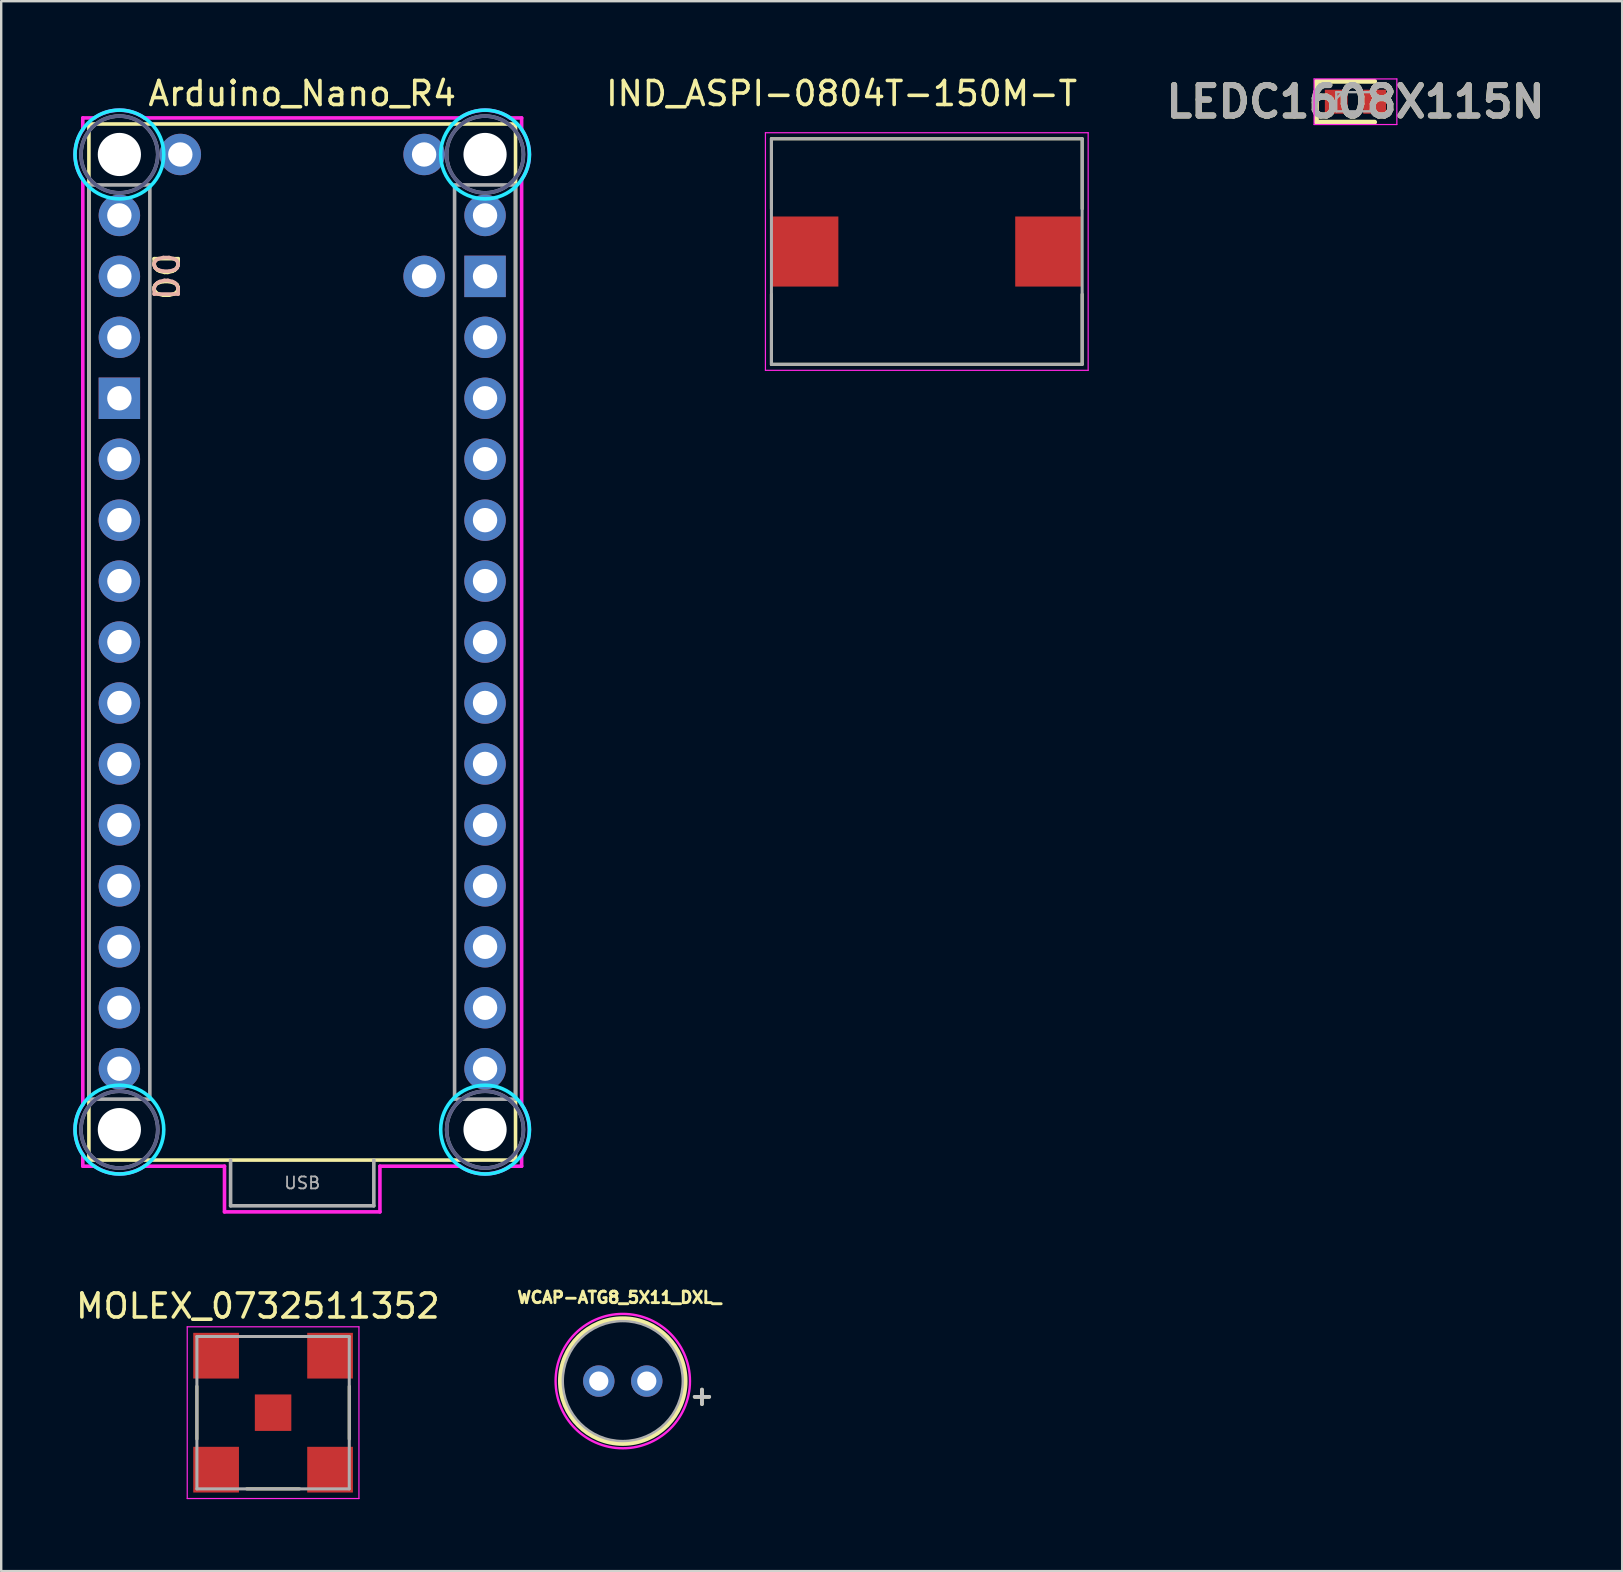
<source format=kicad_pcb>
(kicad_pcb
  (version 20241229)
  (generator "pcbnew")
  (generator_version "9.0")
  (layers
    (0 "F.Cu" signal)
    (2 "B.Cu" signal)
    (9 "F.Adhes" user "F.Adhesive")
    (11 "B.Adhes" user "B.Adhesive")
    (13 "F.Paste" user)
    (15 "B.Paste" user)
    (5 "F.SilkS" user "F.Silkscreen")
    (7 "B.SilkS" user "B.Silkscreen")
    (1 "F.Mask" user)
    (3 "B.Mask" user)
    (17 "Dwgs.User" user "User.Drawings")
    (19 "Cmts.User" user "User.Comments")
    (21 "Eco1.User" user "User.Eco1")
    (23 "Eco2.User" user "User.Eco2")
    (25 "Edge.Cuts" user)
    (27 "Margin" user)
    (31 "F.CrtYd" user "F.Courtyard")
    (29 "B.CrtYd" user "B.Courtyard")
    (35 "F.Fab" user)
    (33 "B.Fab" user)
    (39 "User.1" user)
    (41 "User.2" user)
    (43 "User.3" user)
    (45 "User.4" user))
  (footprint "IND_ASPI-0804T-150M-T"
    (layer "F.Cu")
    (at 35.575 7.433)
    (property "Reference" "IND_ASPI-0804T-150M-T" (at -3.55 -6.585 0) (layer "F.SilkS") (effects (font (size 1 1) (thickness 0.15))))
    (attr smd)
    (fp_line (start -6.475 -4.7) (end 6.475 -4.7) (stroke (width 0.127) (type solid)) (layer "F.SilkS"))
    (fp_line (start -6.475 -1.78) (end -6.475 -4.7) (stroke (width 0.127) (type solid)) (layer "F.SilkS"))
    (fp_line (start -6.475 4.7) (end -6.475 1.78) (stroke (width 0.127) (type solid)) (layer "F.SilkS"))
    (fp_line (start 6.475 -4.7) (end 6.475 -1.78) (stroke (width 0.127) (type solid)) (layer "F.SilkS"))
    (fp_line (start 6.475 4.7) (end -6.475 4.7) (stroke (width 0.127) (type solid)) (layer "F.SilkS"))
    (fp_line (start 6.475 4.7) (end 6.475 1.78) (stroke (width 0.127) (type solid)) (layer "F.SilkS"))
    (fp_line (start -6.725 -4.95) (end -6.725 4.95) (stroke (width 0.05) (type solid)) (layer "F.CrtYd"))
    (fp_line (start -6.725 4.95) (end 6.725 4.95) (stroke (width 0.05) (type solid)) (layer "F.CrtYd"))
    (fp_line (start 6.725 -4.95) (end -6.725 -4.95) (stroke (width 0.05) (type solid)) (layer "F.CrtYd"))
    (fp_line (start 6.725 4.95) (end 6.725 -4.95) (stroke (width 0.05) (type solid)) (layer "F.CrtYd"))
    (fp_line (start -6.475 -4.7) (end 6.475 -4.7) (stroke (width 0.127) (type solid)) (layer "F.Fab"))
    (fp_line (start -6.475 4.7) (end -6.475 -4.7) (stroke (width 0.127) (type solid)) (layer "F.Fab"))
    (fp_line (start 6.475 -4.7) (end 6.475 4.7) (stroke (width 0.127) (type solid)) (layer "F.Fab"))
    (fp_line (start 6.475 4.7) (end -6.475 4.7) (stroke (width 0.127) (type solid)) (layer "F.Fab"))
    (pad "1" smd rect (at -5.08 0) (size 2.79 2.92) (layers "F.Cu" "F.Mask" "F.Paste"))
    (pad "2" smd rect (at 5.08 0) (size 2.79 2.92) (layers "F.Cu" "F.Mask" "F.Paste")))
  (footprint "WCAP-ATG8_5X11_DXL_"
    (layer "F.Cu")
    (at 22.905 54.508)
    (property "Reference" "WCAP-ATG8_5X11_DXL_" (at -0.14 -3.485 0) (layer "F.SilkS") (effects (font (size 0.48 0.48) (thickness 0.15))))
    (attr through_hole)
    (fp_circle (center 0 0) (end 2.6 0) (stroke (width 0.2) (type solid)) (fill no) (layer "F.SilkS"))
    (fp_poly (pts (xy 0 2.8) (xy -0.147 2.796) (xy -0.293 2.785) (xy -0.438 2.766) (xy -0.582 2.739) (xy -0.725 2.705) (xy -0.865 2.663) (xy -1.003 2.614) (xy -1.139 2.558) (xy -1.271 2.495) (xy -1.4 2.425) (xy -1.525 2.348) (xy -1.646 2.265) (xy -1.762 2.176) (xy -1.874 2.081) (xy -1.98 1.98) (xy -2.081 1.874) (xy -2.176 1.762) (xy -2.265 1.646) (xy -2.348 1.525) (xy -2.425 1.4) (xy -2.495 1.271) (xy -2.558 1.139) (xy -2.614 1.003) (xy -2.663 0.865) (xy -2.705 0.725) (xy -2.739 0.582) (xy -2.766 0.438) (xy -2.785 0.293) (xy -2.796 0.147) (xy -2.8 0) (xy -2.796 -0.147) (xy -2.785 -0.293) (xy -2.766 -0.438) (xy -2.739 -0.582) (xy -2.705 -0.725) (xy -2.663 -0.865) (xy -2.614 -1.003) (xy -2.558 -1.139) (xy -2.495 -1.271) (xy -2.425 -1.4) (xy -2.348 -1.525) (xy -2.265 -1.646) (xy -2.176 -1.762) (xy -2.081 -1.874) (xy -1.98 -1.98) (xy -1.874 -2.081) (xy -1.762 -2.176) (xy -1.646 -2.265) (xy -1.525 -2.348) (xy -1.4 -2.425) (xy -1.271 -2.495) (xy -1.139 -2.558) (xy -1.003 -2.614) (xy -0.865 -2.663) (xy -0.725 -2.705) (xy -0.582 -2.739) (xy -0.438 -2.766) (xy -0.293 -2.785) (xy -0.147 -2.796) (xy 0 -2.8) (xy 0.147 -2.796) (xy 0.293 -2.785) (xy 0.438 -2.766) (xy 0.582 -2.739) (xy 0.725 -2.705) (xy 0.865 -2.663) (xy 1.003 -2.614) (xy 1.139 -2.558) (xy 1.271 -2.495) (xy 1.4 -2.425) (xy 1.525 -2.348) (xy 1.646 -2.265) (xy 1.762 -2.176) (xy 1.874 -2.081) (xy 1.98 -1.98) (xy 2.081 -1.874) (xy 2.176 -1.762) (xy 2.265 -1.646) (xy 2.348 -1.525) (xy 2.425 -1.4) (xy 2.495 -1.271) (xy 2.558 -1.139) (xy 2.614 -1.003) (xy 2.663 -0.865) (xy 2.705 -0.725) (xy 2.739 -0.582) (xy 2.766 -0.438) (xy 2.785 -0.293) (xy 2.796 -0.147) (xy 2.8 0) (xy 2.796 0.147) (xy 2.785 0.293) (xy 2.766 0.438) (xy 2.739 0.582) (xy 2.705 0.725) (xy 2.663 0.865) (xy 2.614 1.003) (xy 2.558 1.139) (xy 2.495 1.271) (xy 2.425 1.4) (xy 2.348 1.525) (xy 2.265 1.646) (xy 2.176 1.762) (xy 2.081 1.874) (xy 1.98 1.98) (xy 1.874 2.081) (xy 1.762 2.176) (xy 1.646 2.265) (xy 1.525 2.348) (xy 1.4 2.425) (xy 1.271 2.495) (xy 1.139 2.558) (xy 1.003 2.614) (xy 0.865 2.663) (xy 0.725 2.705) (xy 0.582 2.739) (xy 0.438 2.766) (xy 0.293 2.785) (xy 0.147 2.796) (xy 0 2.8)) (stroke (width 0.1) (type solid)) (fill no) (layer "F.CrtYd"))
    (fp_circle (center 0 0) (end 2.5 0) (stroke (width 0.1) (type solid)) (fill no) (layer "F.Fab"))
    (fp_text user "+" (at 3.3 0.6 0) (layer "F.SilkS") (effects (font (size 0.8 0.8) (thickness 0.15))))
    (fp_text user "+" (at 3.3 0.6 0) (layer "Dwgs.User") (effects (font (size 0.8 0.8) (thickness 0.15))))
    (pad "1" thru_hole circle (at 1 0) (size 1.308 1.308) (drill 0.8) (layers "*.Cu" "*.Mask"))
    (pad "2" thru_hole circle (at -1 0) (size 1.308 1.308) (drill 0.8) (layers "*.Cu" "*.Mask")))
  (footprint "Arduino_Nano_R4"
    (layer "F.Cu")
    (at 9.545 45.298)
    (property "Reference" "Arduino_Nano_R4" (at 0 -44.45 0) (layer "F.SilkS") (effects (font (size 1 1) (thickness 0.15))))
    (attr through_hole)
    (fp_line (start -8.89 -43.18) (end -8.89 0) (stroke (width 0.15) (type solid)) (layer "F.SilkS"))
    (fp_line (start -8.89 -43.18) (end 8.89 -43.18) (stroke (width 0.15) (type solid)) (layer "F.SilkS"))
    (fp_line (start -8.89 0) (end 8.89 0) (stroke (width 0.15) (type solid)) (layer "F.SilkS"))
    (fp_line (start 8.89 -43.18) (end 8.89 0) (stroke (width 0.15) (type solid)) (layer "F.SilkS"))
    (fp_circle (center -7.62 -41.91) (end -5.77 -41.91) (stroke (width 0.15) (type solid)) (fill no) (layer "B.CrtYd"))
    (fp_circle (center -7.62 -1.27) (end -5.77 -1.27) (stroke (width 0.15) (type solid)) (fill no) (layer "B.CrtYd"))
    (fp_circle (center 7.62 -41.91) (end 9.47 -41.91) (stroke (width 0.15) (type solid)) (fill no) (layer "B.CrtYd"))
    (fp_circle (center 7.62 -1.27) (end 9.47 -1.27) (stroke (width 0.15) (type solid)) (fill no) (layer "B.CrtYd"))
    (fp_line (start -9.144 -43.434) (end -8.661 -43.434) (stroke (width 0.15) (type solid)) (layer "F.CrtYd"))
    (fp_line (start -9.144 -42.951) (end -9.144 -43.434) (stroke (width 0.15) (type solid)) (layer "F.CrtYd"))
    (fp_line (start -9.144 -2.311) (end -9.144 -40.869) (stroke (width 0.15) (type solid)) (layer "F.CrtYd"))
    (fp_line (start -9.144 0.254) (end -9.144 -0.229) (stroke (width 0.15) (type solid)) (layer "F.CrtYd"))
    (fp_line (start -8.661 0.254) (end -9.144 0.254) (stroke (width 0.15) (type solid)) (layer "F.CrtYd"))
    (fp_line (start -6.579 -43.434) (end 6.579 -43.434) (stroke (width 0.15) (type solid)) (layer "F.CrtYd"))
    (fp_line (start -3.239 0.254) (end -6.579 0.254) (stroke (width 0.15) (type solid)) (layer "F.CrtYd"))
    (fp_line (start -3.239 0.254) (end -3.239 2.159) (stroke (width 0.15) (type solid)) (layer "F.CrtYd"))
    (fp_line (start 3.239 0.254) (end 3.239 2.159) (stroke (width 0.15) (type solid)) (layer "F.CrtYd"))
    (fp_line (start 3.239 2.159) (end -3.239 2.159) (stroke (width 0.15) (type solid)) (layer "F.CrtYd"))
    (fp_line (start 6.579 0.254) (end 3.239 0.254) (stroke (width 0.15) (type solid)) (layer "F.CrtYd"))
    (fp_line (start 8.661 -43.434) (end 9.144 -43.434) (stroke (width 0.15) (type solid)) (layer "F.CrtYd"))
    (fp_line (start 9.144 -43.434) (end 9.144 -42.951) (stroke (width 0.15) (type solid)) (layer "F.CrtYd"))
    (fp_line (start 9.144 -40.869) (end 9.144 -2.311) (stroke (width 0.15) (type solid)) (layer "F.CrtYd"))
    (fp_line (start 9.144 -0.229) (end 9.144 0.254) (stroke (width 0.15) (type solid)) (layer "F.CrtYd"))
    (fp_line (start 9.144 0.254) (end 8.661 0.254) (stroke (width 0.15) (type solid)) (layer "F.CrtYd"))
    (fp_arc (start -9.144 -40.8686) (mid -9.467363 -41.91) (end -9.144 -42.9514) (stroke (width 0.15) (type solid)) (layer "F.CrtYd"))
    (fp_arc (start -9.144 -0.2286) (mid -9.467363 -1.27) (end -9.144 -2.3114) (stroke (width 0.15) (type solid)) (layer "F.CrtYd"))
    (fp_arc (start -8.6614 -43.434) (mid -7.62 -43.757363) (end -6.5786 -43.434) (stroke (width 0.15) (type solid)) (layer "F.CrtYd"))
    (fp_arc (start -6.5786 0.254) (mid -7.62 0.577363) (end -8.6614 0.254) (stroke (width 0.15) (type solid)) (layer "F.CrtYd"))
    (fp_arc (start 6.5786 -43.434) (mid 7.62 -43.757363) (end 8.6614 -43.434) (stroke (width 0.15) (type solid)) (layer "F.CrtYd"))
    (fp_arc (start 8.6614 0.254) (mid 7.62 0.577363) (end 6.5786 0.254) (stroke (width 0.15) (type solid)) (layer "F.CrtYd"))
    (fp_arc (start 9.144 -42.9514) (mid 9.467363 -41.91) (end 9.144 -40.8686) (stroke (width 0.15) (type solid)) (layer "F.CrtYd"))
    (fp_arc (start 9.144 -2.3114) (mid 9.467363 -1.27) (end 9.144 -0.2286) (stroke (width 0.15) (type solid)) (layer "F.CrtYd"))
    (fp_circle (center -7.62 -41.91) (end -6.02 -41.91) (stroke (width 0.15) (type solid)) (fill no) (layer "B.Fab"))
    (fp_circle (center -7.62 -1.27) (end -6.02 -1.27) (stroke (width 0.15) (type solid)) (fill no) (layer "B.Fab"))
    (fp_circle (center 7.62 -41.91) (end 9.22 -41.91) (stroke (width 0.15) (type solid)) (fill no) (layer "B.Fab"))
    (fp_circle (center 7.62 -1.27) (end 9.22 -1.27) (stroke (width 0.15) (type solid)) (fill no) (layer "B.Fab"))
    (fp_line (start -2.985 1.905) (end -2.985 0) (stroke (width 0.15) (type solid)) (layer "F.Fab"))
    (fp_line (start -2.985 1.905) (end 2.985 1.905) (stroke (width 0.15) (type solid)) (layer "F.Fab"))
    (fp_line (start 2.985 1.905) (end 2.985 0) (stroke (width 0.15) (type solid)) (layer "F.Fab"))
    (fp_rect (start -8.89 -40.64) (end -6.35 -2.54) (stroke (width 0.15) (type solid)) (fill no) (layer "F.Fab"))
    (fp_rect (start 6.35 -40.64) (end 8.89 -2.54) (stroke (width 0.15) (type solid)) (fill no) (layer "F.Fab"))
    (fp_circle (center -7.62 -41.91) (end -6.02 -41.91) (stroke (width 0.15) (type solid)) (fill no) (layer "F.Fab"))
    (fp_circle (center -7.62 -1.27) (end -6.02 -1.27) (stroke (width 0.15) (type solid)) (fill no) (layer "F.Fab"))
    (fp_circle (center 7.62 -41.91) (end 9.22 -41.91) (stroke (width 0.15) (type solid)) (fill no) (layer "F.Fab"))
    (fp_circle (center 7.62 -1.27) (end 9.22 -1.27) (stroke (width 0.15) (type solid)) (fill no) (layer "F.Fab"))
    (fp_text user "D0" (at -5.715 -36.83 270) (unlocked yes) (layer "F.SilkS") (effects (font (size 1 1) (thickness 0.15))))
    (fp_text user "D0" (at -5.715 -36.83 270) (unlocked yes) (layer "B.SilkS") (effects (font (size 1 1) (thickness 0.15)) (justify mirror)))
    (fp_text user "USB" (at 0 0.953 0) (layer "F.Fab") (effects (font (size 0.5 0.5) (thickness 0.075))))
    (pad "" np_thru_hole circle (at -7.62 -41.91) (size 1.8 1.8) (drill 1.8) (layers "*.Cu" "*.Mask"))
    (pad "" np_thru_hole circle (at -7.62 -1.27) (size 1.8 1.8) (drill 1.8) (layers "*.Cu" "*.Mask"))
    (pad "" np_thru_hole circle (at 7.62 -41.91) (size 1.8 1.8) (drill 1.8) (layers "*.Cu" "*.Mask"))
    (pad "" np_thru_hole circle (at 7.62 -1.27) (size 1.8 1.8) (drill 1.8) (layers "*.Cu" "*.Mask"))
    (pad "3V3" thru_hole circle (at 7.62 -6.35) (size 1.727 1.727) (drill 1.016) (layers "*.Cu" "*.Mask"))
    (pad "5V" thru_hole circle (at 7.62 -31.75) (size 1.727 1.727) (drill 1.016) (layers "*.Cu" "*.Mask"))
    (pad "A0" thru_hole circle (at 7.62 -11.43) (size 1.727 1.727) (drill 1.016) (layers "*.Cu" "*.Mask"))
    (pad "A1" thru_hole circle (at 7.62 -13.97) (size 1.727 1.727) (drill 1.016) (layers "*.Cu" "*.Mask"))
    (pad "A2" thru_hole circle (at 7.62 -16.51) (size 1.727 1.727) (drill 1.016) (layers "*.Cu" "*.Mask"))
    (pad "A3" thru_hole circle (at 7.62 -19.05) (size 1.727 1.727) (drill 1.016) (layers "*.Cu" "*.Mask"))
    (pad "A4" thru_hole circle (at 7.62 -21.59) (size 1.727 1.727) (drill 1.016) (layers "*.Cu" "*.Mask"))
    (pad "A5" thru_hole circle (at 7.62 -24.13) (size 1.727 1.727) (drill 1.016) (layers "*.Cu" "*.Mask"))
    (pad "A6" thru_hole circle (at 7.62 -26.67) (size 1.727 1.727) (drill 1.016) (layers "*.Cu" "*.Mask"))
    (pad "A7" thru_hole circle (at 7.62 -29.21) (size 1.727 1.727) (drill 1.016) (layers "*.Cu" "*.Mask"))
    (pad "AREF" thru_hole circle (at 7.62 -8.89) (size 1.727 1.727) (drill 1.016) (layers "*.Cu" "*.Mask"))
    (pad "BOOT" thru_hole circle (at 7.62 -34.29) (size 1.727 1.727) (drill 1.016) (layers "*.Cu" "*.Mask"))
    (pad "D0" thru_hole circle (at -7.62 -36.83) (size 1.727 1.727) (drill 1.016) (layers "*.Cu" "*.Mask"))
    (pad "D1" thru_hole circle (at -7.62 -39.37) (size 1.727 1.727) (drill 1.016) (layers "*.Cu" "*.Mask"))
    (pad "D2" thru_hole circle (at -7.62 -29.21) (size 1.727 1.727) (drill 1.016) (layers "*.Cu" "*.Mask"))
    (pad "D3" thru_hole circle (at -7.62 -26.67) (size 1.727 1.727) (drill 1.016) (layers "*.Cu" "*.Mask"))
    (pad "D4" thru_hole circle (at -7.62 -24.13) (size 1.727 1.727) (drill 1.016) (layers "*.Cu" "*.Mask"))
    (pad "D5" thru_hole circle (at -7.62 -21.59) (size 1.727 1.727) (drill 1.016) (layers "*.Cu" "*.Mask"))
    (pad "D6" thru_hole circle (at -7.62 -19.05) (size 1.727 1.727) (drill 1.016) (layers "*.Cu" "*.Mask"))
    (pad "D7" thru_hole circle (at -7.62 -16.51) (size 1.727 1.727) (drill 1.016) (layers "*.Cu" "*.Mask"))
    (pad "D8" thru_hole circle (at -7.62 -13.97) (size 1.727 1.727) (drill 1.016) (layers "*.Cu" "*.Mask"))
    (pad "D9" thru_hole circle (at -7.62 -11.43) (size 1.727 1.727) (drill 1.016) (layers "*.Cu" "*.Mask"))
    (pad "D10" thru_hole circle (at -7.62 -8.89) (size 1.727 1.727) (drill 1.016) (layers "*.Cu" "*.Mask"))
    (pad "D11" thru_hole circle (at -7.62 -6.35) (size 1.727 1.727) (drill 1.016) (layers "*.Cu" "*.Mask"))
    (pad "D12" thru_hole circle (at -7.62 -3.81) (size 1.727 1.727) (drill 1.016) (layers "*.Cu" "*.Mask"))
    (pad "D13" thru_hole circle (at 7.62 -3.81) (size 1.727 1.727) (drill 1.016) (layers "*.Cu" "*.Mask"))
    (pad "GND1" thru_hole rect (at -7.62 -31.75) (size 1.727 1.727) (drill 1.016) (layers "*.Cu" "*.Mask"))
    (pad "GND2" thru_hole rect (at 7.62 -36.83) (size 1.727 1.727) (drill 1.016) (layers "*.Cu" "*.Mask"))
    (pad "RST" thru_hole circle (at -7.62 -34.29) (size 1.727 1.727) (drill 1.016) (layers "*.Cu" "*.Mask"))
    (pad "SCL" thru_hole circle (at -5.08 -41.91) (size 1.727 1.727) (drill 1.016) (layers "*.Cu" "*.Mask"))
    (pad "SDA" thru_hole circle (at 5.08 -41.91) (size 1.727 1.727) (drill 1.016) (layers "*.Cu" "*.Mask"))
    (pad "VBATT" thru_hole circle (at 5.08 -36.83) (size 1.727 1.727) (drill 1.016) (layers "*.Cu" "*.Mask"))
    (pad "VIN" thru_hole circle (at 7.62 -39.37) (size 1.727 1.727) (drill 1.016) (layers "*.Cu" "*.Mask")))
  (footprint "MOLEX_0732511352"
    (layer "F.Cu")
    (at 8.331 55.825)
    (property "Reference" "MOLEX_0732511352" (at -0.635 -4.445 0) (layer "F.SilkS") (effects (font (size 1 1) (thickness 0.15))))
    (attr smd)
    (fp_line (start -3.175 1.1) (end -3.175 -1.1) (stroke (width 0.127) (type solid)) (layer "F.SilkS"))
    (fp_line (start -1.1 -3.175) (end 1.1 -3.175) (stroke (width 0.127) (type solid)) (layer "F.SilkS"))
    (fp_line (start -1.1 3.175) (end 1.1 3.175) (stroke (width 0.127) (type solid)) (layer "F.SilkS"))
    (fp_line (start 3.175 1.1) (end 3.175 -1.1) (stroke (width 0.127) (type solid)) (layer "F.SilkS"))
    (fp_line (start -3.578 -3.578) (end 3.578 -3.578) (stroke (width 0.05) (type solid)) (layer "F.CrtYd"))
    (fp_line (start -3.578 3.578) (end -3.578 -3.578) (stroke (width 0.05) (type solid)) (layer "F.CrtYd"))
    (fp_line (start 3.578 -3.578) (end 3.578 3.578) (stroke (width 0.05) (type solid)) (layer "F.CrtYd"))
    (fp_line (start 3.578 3.578) (end -3.578 3.578) (stroke (width 0.05) (type solid)) (layer "F.CrtYd"))
    (fp_line (start -3.175 -3.175) (end 3.175 -3.175) (stroke (width 0.127) (type solid)) (layer "F.Fab"))
    (fp_line (start -3.175 3.175) (end -3.175 -3.175) (stroke (width 0.127) (type solid)) (layer "F.Fab"))
    (fp_line (start 3.175 -3.175) (end 3.175 3.175) (stroke (width 0.127) (type solid)) (layer "F.Fab"))
    (fp_line (start 3.175 3.175) (end -3.175 3.175) (stroke (width 0.127) (type solid)) (layer "F.Fab"))
    (pad "1" smd rect (at 0 0) (size 1.52 1.52) (layers "F.Cu" "F.Mask" "F.Paste"))
    (pad "S1" smd rect (at -2.375 -2.375) (size 1.905 1.905) (layers "F.Cu" "F.Mask" "F.Paste"))
    (pad "S2" smd rect (at 2.375 -2.375) (size 1.905 1.905) (layers "F.Cu" "F.Mask" "F.Paste"))
    (pad "S3" smd rect (at 2.375 2.375) (size 1.905 1.905) (layers "F.Cu" "F.Mask" "F.Paste"))
    (pad "S4" smd rect (at -2.375 2.375) (size 1.905 1.905) (layers "F.Cu" "F.Mask" "F.Paste")))
  (footprint "LEDC1608X115N"
    (layer "F.Cu")
    (at 53.44 1.189)
    (property "Reference" "LEDC1608X115N" (at 0 0 0) (layer "F.SilkS") (effects (font (size 1.27 1.27) (thickness 0.254))))
    (attr smd)
    (fp_line (start -1.625 -0.85) (end -1.625 0.85) (stroke (width 0.2) (type solid)) (layer "F.SilkS"))
    (fp_line (start -1.625 0.85) (end 0.8 0.85) (stroke (width 0.2) (type solid)) (layer "F.SilkS"))
    (fp_line (start 0.8 -0.85) (end -1.625 -0.85) (stroke (width 0.2) (type solid)) (layer "F.SilkS"))
    (fp_line (start -1.725 -0.95) (end 1.725 -0.95) (stroke (width 0.05) (type solid)) (layer "F.CrtYd"))
    (fp_line (start -1.725 0.95) (end -1.725 -0.95) (stroke (width 0.05) (type solid)) (layer "F.CrtYd"))
    (fp_line (start 1.725 -0.95) (end 1.725 0.95) (stroke (width 0.05) (type solid)) (layer "F.CrtYd"))
    (fp_line (start 1.725 0.95) (end -1.725 0.95) (stroke (width 0.05) (type solid)) (layer "F.CrtYd"))
    (fp_line (start -0.8 -0.4) (end 0.8 -0.4) (stroke (width 0.1) (type solid)) (layer "F.Fab"))
    (fp_line (start -0.8 -0.133) (end -0.533 -0.4) (stroke (width 0.1) (type solid)) (layer "F.Fab"))
    (fp_line (start -0.8 0.4) (end -0.8 -0.4) (stroke (width 0.1) (type solid)) (layer "F.Fab"))
    (fp_line (start 0.8 -0.4) (end 0.8 0.4) (stroke (width 0.1) (type solid)) (layer "F.Fab"))
    (fp_line (start 0.8 0.4) (end -0.8 0.4) (stroke (width 0.1) (type solid)) (layer "F.Fab"))
    (fp_text user "${REFERENCE}" (at 0 0 0) (layer "F.Fab") (effects (font (size 1.27 1.27) (thickness 0.254))))
    (pad "1" smd rect (at -0.8 0) (size 0.95 1) (layers "F.Cu" "F.Mask" "F.Paste"))
    (pad "2" smd rect (at 0.8 0) (size 0.95 1) (layers "F.Cu" "F.Mask" "F.Paste")))
  (gr_rect
    (start -3 -3)
    (end 64.556 62.428)
    (stroke (width 0.1) (type default))
    (fill no)
    (layer "Edge.Cuts")))
</source>
